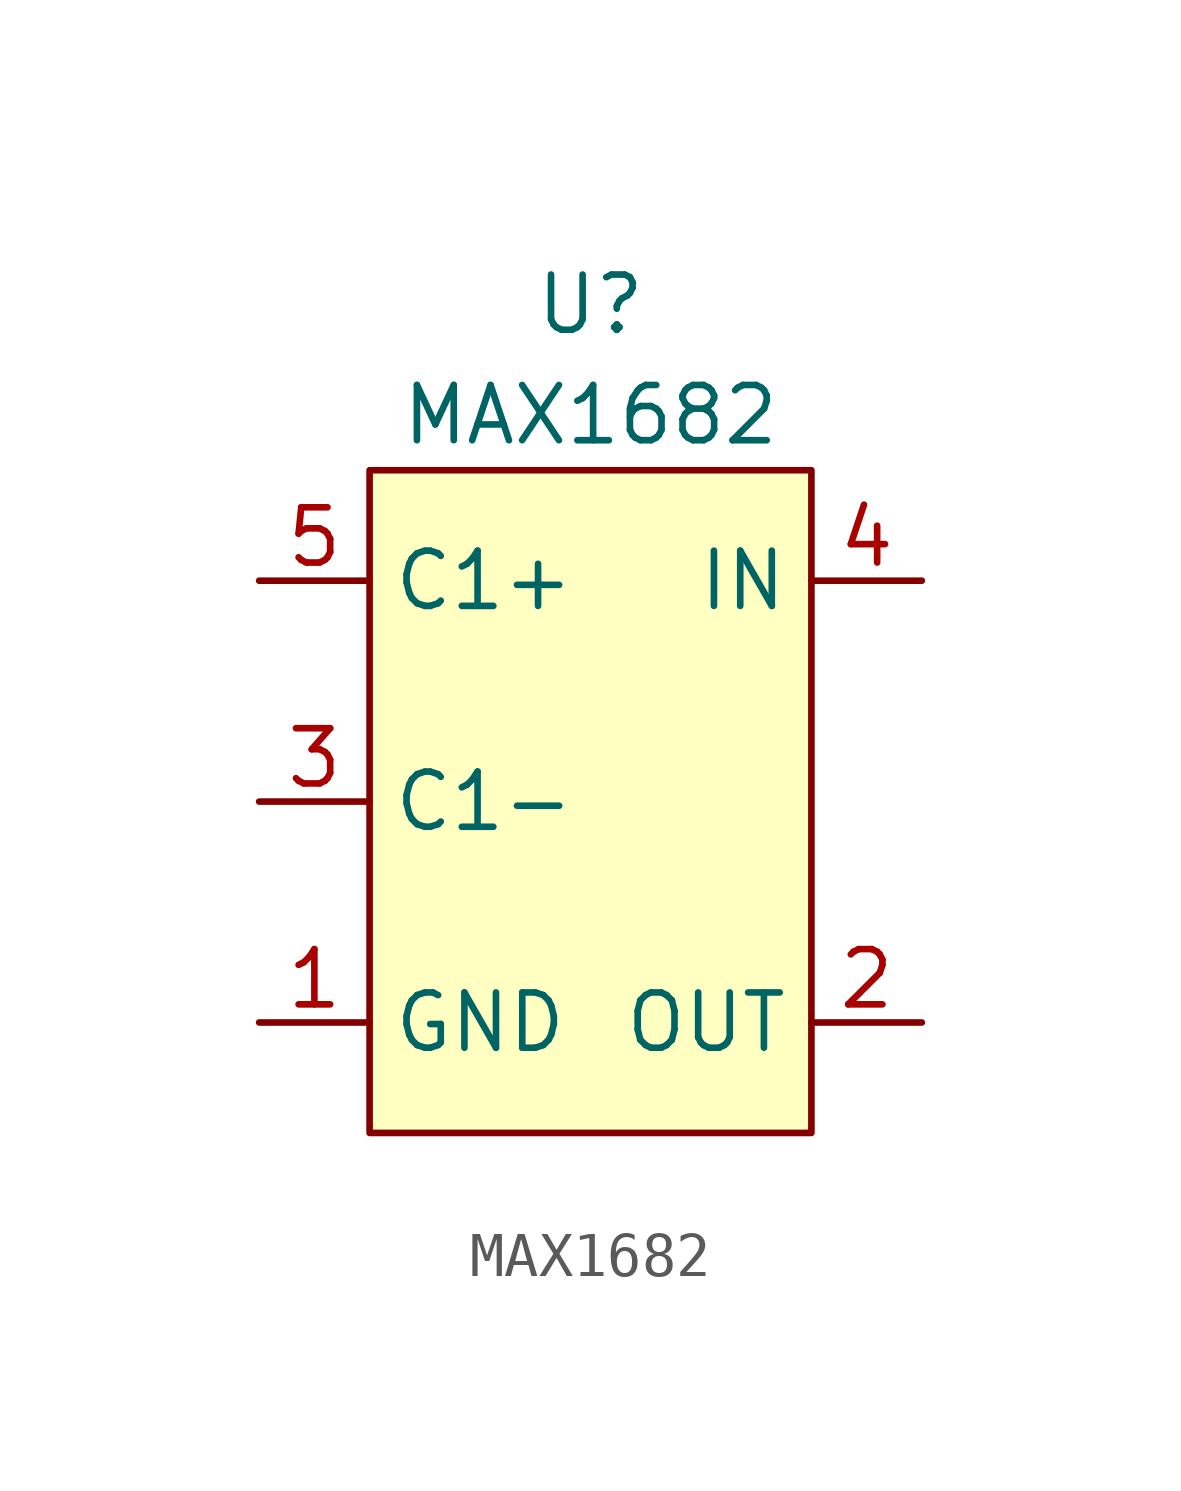
<source format=kicad_sym>
(kicad_symbol_lib
  (version 20231120)
  (generator "kicad_symbol_editor")
  (generator_version "8.0")
  (symbol "MAX1682"
    (property "Reference" "U"
      (at 0 11.43 0)
      (effects (font (size 1.27 1.27))))
    (property "Value" "MAX1682"
      (at 0 8.89 0)
      (effects (font (size 1.27 1.27))))
    (symbol "MAX1682_1_1"
      (rectangle (start -5.08 7.62) (end 5.08 -7.62) (stroke (width 0) (type default)) (fill (type background)))
      (pin passive line (at -7.62 -5.08 0) (length 2.54) (name "GND" (effects (font (size 1.27 1.27)))) (number "1" (effects (font (size 1.27 1.27)))))
      (pin passive line (at 7.62 -5.08 180) (length 2.54) (name "OUT" (effects (font (size 1.27 1.27)))) (number "2" (effects (font (size 1.27 1.27)))))
      (pin passive line (at -7.62 0 0) (length 2.54) (name "C1-" (effects (font (size 1.27 1.27)))) (number "3" (effects (font (size 1.27 1.27)))))
      (pin passive line (at 7.62 5.08 180) (length 2.54) (name "IN" (effects (font (size 1.27 1.27)))) (number "4" (effects (font (size 1.27 1.27)))))
      (pin passive line (at -7.62 5.08 0) (length 2.54) (name "C1+" (effects (font (size 1.27 1.27)))) (number "5" (effects (font (size 1.27 1.27))))))))
</source>
